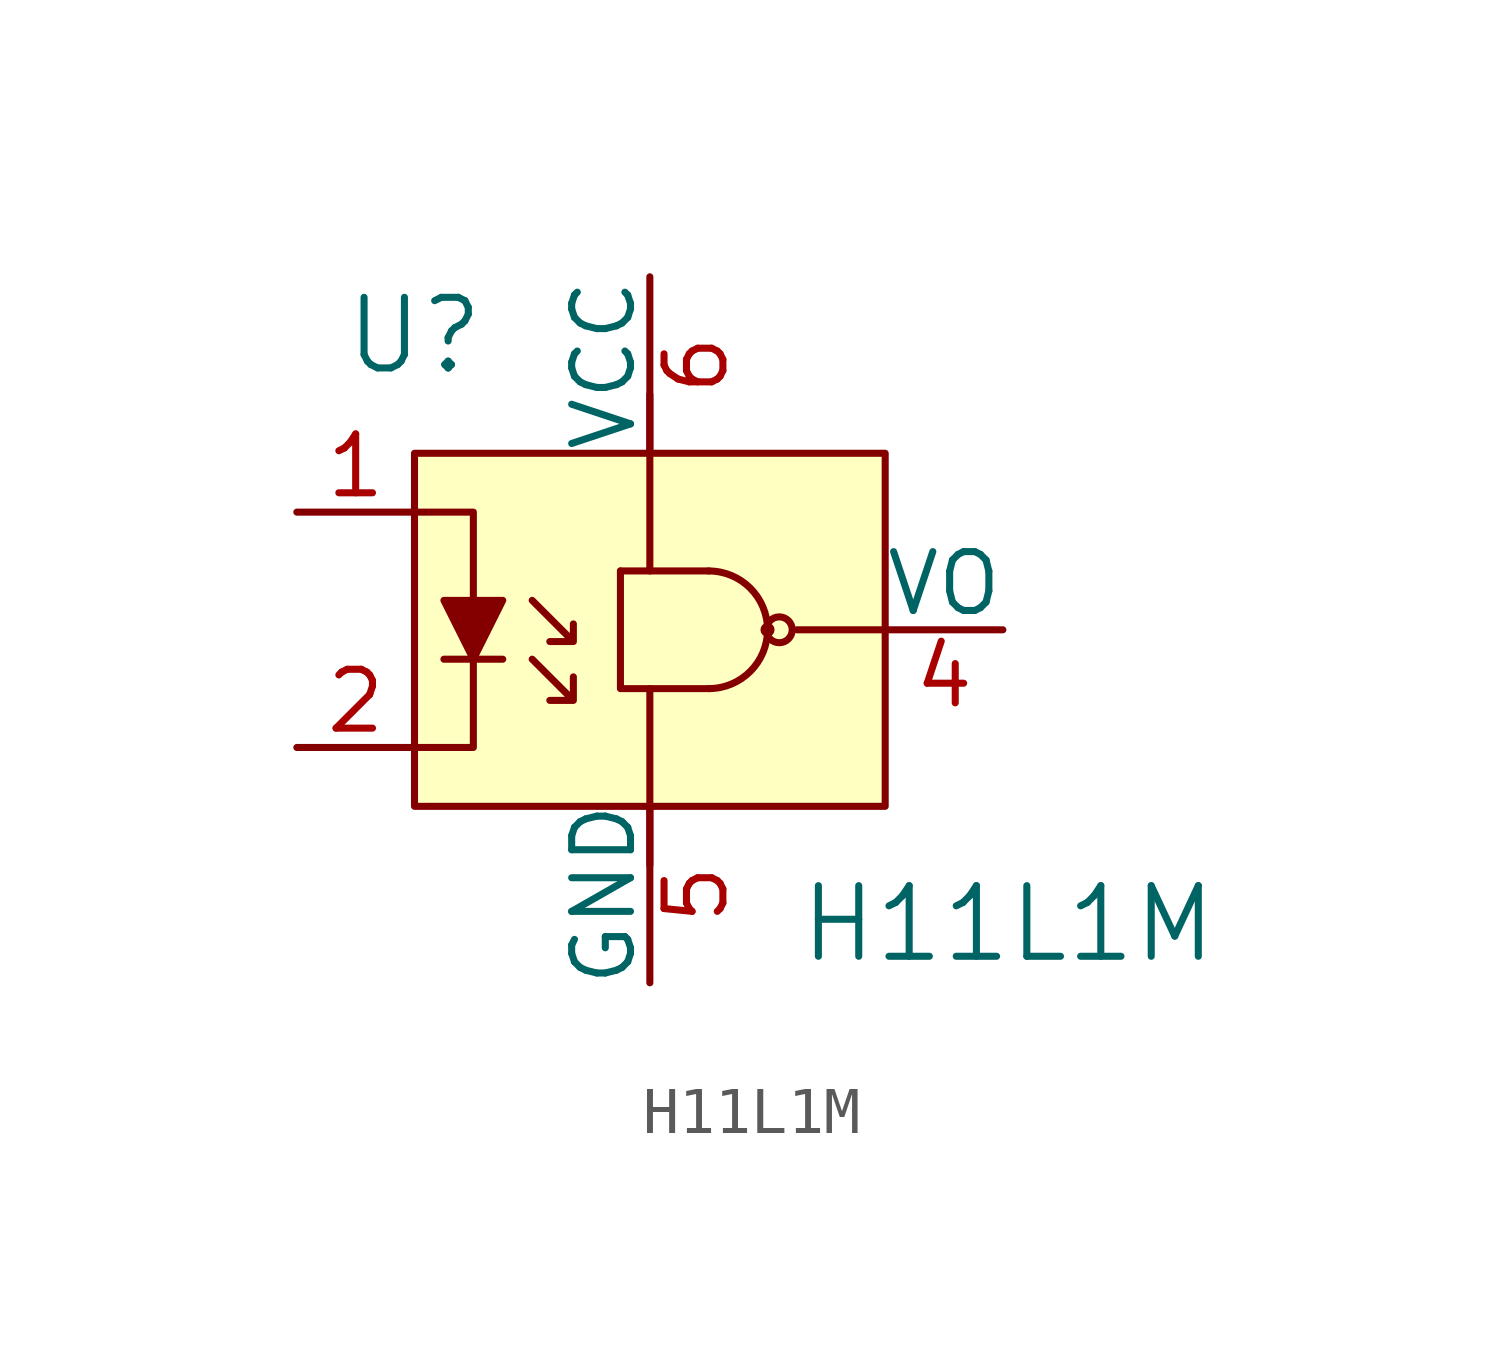
<source format=kicad_sym>
(kicad_symbol_lib
  (version 20211014)
  (generator kicad_symbol_editor)
  (symbol "H11L1M"
    (pin_names
      (offset 0))
    (property "Reference" "U"
      (at -5.08 6.35 0)
      (effects (font (size 1.524 1.524))))
    (property "Value" "H11L1M"
      (at 3.175 -6.35 0)
      (effects (font (size 1.524 1.524)) (justify left)))
    (symbol "H11L1M_0_1"
      (polyline (pts (xy -4.445 -0.635) (xy -3.175 -0.635)) (stroke (width 0) (type default) (color 0 0 0 0)) (fill (type none)))
      (polyline (pts (xy -0.635 1.27) (xy 1.27 1.27)) (stroke (width 0) (type default) (color 0 0 0 0)) (fill (type none)))
      (polyline (pts (xy 0 -5.08) (xy 0 -1.27)) (stroke (width 0) (type default) (color 0 0 0 0)) (fill (type none)))
      (polyline (pts (xy 0 5.08) (xy 0 1.27)) (stroke (width 0) (type default) (color 0 0 0 0)) (fill (type none)))
      (polyline (pts (xy 3.175 0) (xy 5.08 0)) (stroke (width 0) (type default) (color 0 0 0 0)) (fill (type none)))
      (polyline (pts (xy -5.08 2.54) (xy -3.81 2.54) (xy -3.81 0)) (stroke (width 0) (type default) (color 0 0 0 0)) (fill (type none)))
      (polyline (pts (xy -3.81 -0.635) (xy -3.81 -2.54) (xy -5.08 -2.54)) (stroke (width 0) (type default) (color 0 0 0 0)) (fill (type none)))
      (polyline (pts (xy -0.635 1.27) (xy -0.635 -1.27) (xy 1.27 -1.27)) (stroke (width 0) (type default) (color 0 0 0 0)) (fill (type none)))
      (polyline (pts (xy -3.81 -0.635) (xy -4.445 0.635) (xy -3.175 0.635) (xy -3.81 -0.635)) (stroke (width 0) (type default) (color 0 0 0 0)) (fill (type outline)))
      (polyline (pts (xy -2.54 -0.635) (xy -1.651 -1.524) (xy -1.651 -1.016) (xy -1.651 -1.524) (xy -2.159 -1.524)) (stroke (width 0) (type default) (color 0 0 0 0)) (fill (type none)))
      (polyline (pts (xy -2.54 0.635) (xy -1.651 -0.254) (xy -1.651 0.127) (xy -1.651 -0.254) (xy -2.159 -0.254)) (stroke (width 0) (type default) (color 0 0 0 0)) (fill (type none)))
      (arc (start 1.27 -1.27) (mid 2.54 0) (end 1.27 1.27) (stroke (width 0) (type default) (color 0 0 0 0)) (fill (type none)))
      (circle (center 2.54 0) (radius 0.0001) (stroke (width 0) (type default) (color 0 0 0 0)) (fill (type none)))
      (circle (center 2.794 0) (radius 0.279) (stroke (width 0) (type default) (color 0 0 0 0)) (fill (type none))))
    (symbol "H11L1M_1_1"
      (rectangle (start -5.08 3.81) (end 5.08 -3.81) (stroke (width 0) (type default) (color 0 0 0 0)) (fill (type background)))
      (pin passive line (at -7.62 2.54 0) (length 2.54) (name "~" (effects (font (size 1.27 1.27)))) (number "1" (effects (font (size 1.27 1.27)))))
      (pin passive line (at -7.62 -2.54 0) (length 2.54) (name "~" (effects (font (size 1.27 1.27)))) (number "2" (effects (font (size 1.27 1.27)))))
      (pin no_connect line (at 5.08 -2.54 180) (length 2.54) hide (name "NC" (effects (font (size 1.27 1.27)))) (number "3" (effects (font (size 1.27 1.27)))))
      (pin output line (at 7.62 0 180) (length 2.54) (name "VO" (effects (font (size 1.27 1.27)))) (number "4" (effects (font (size 1.27 1.27)))))
      (pin power_in line (at 0 -7.62 90) (length 3.81) (name "GND" (effects (font (size 1.27 1.27)))) (number "5" (effects (font (size 1.27 1.27)))))
      (pin power_in line (at 0 7.62 270) (length 3.81) (name "VCC" (effects (font (size 1.27 1.27)))) (number "6" (effects (font (size 1.27 1.27))))))))
</source>
